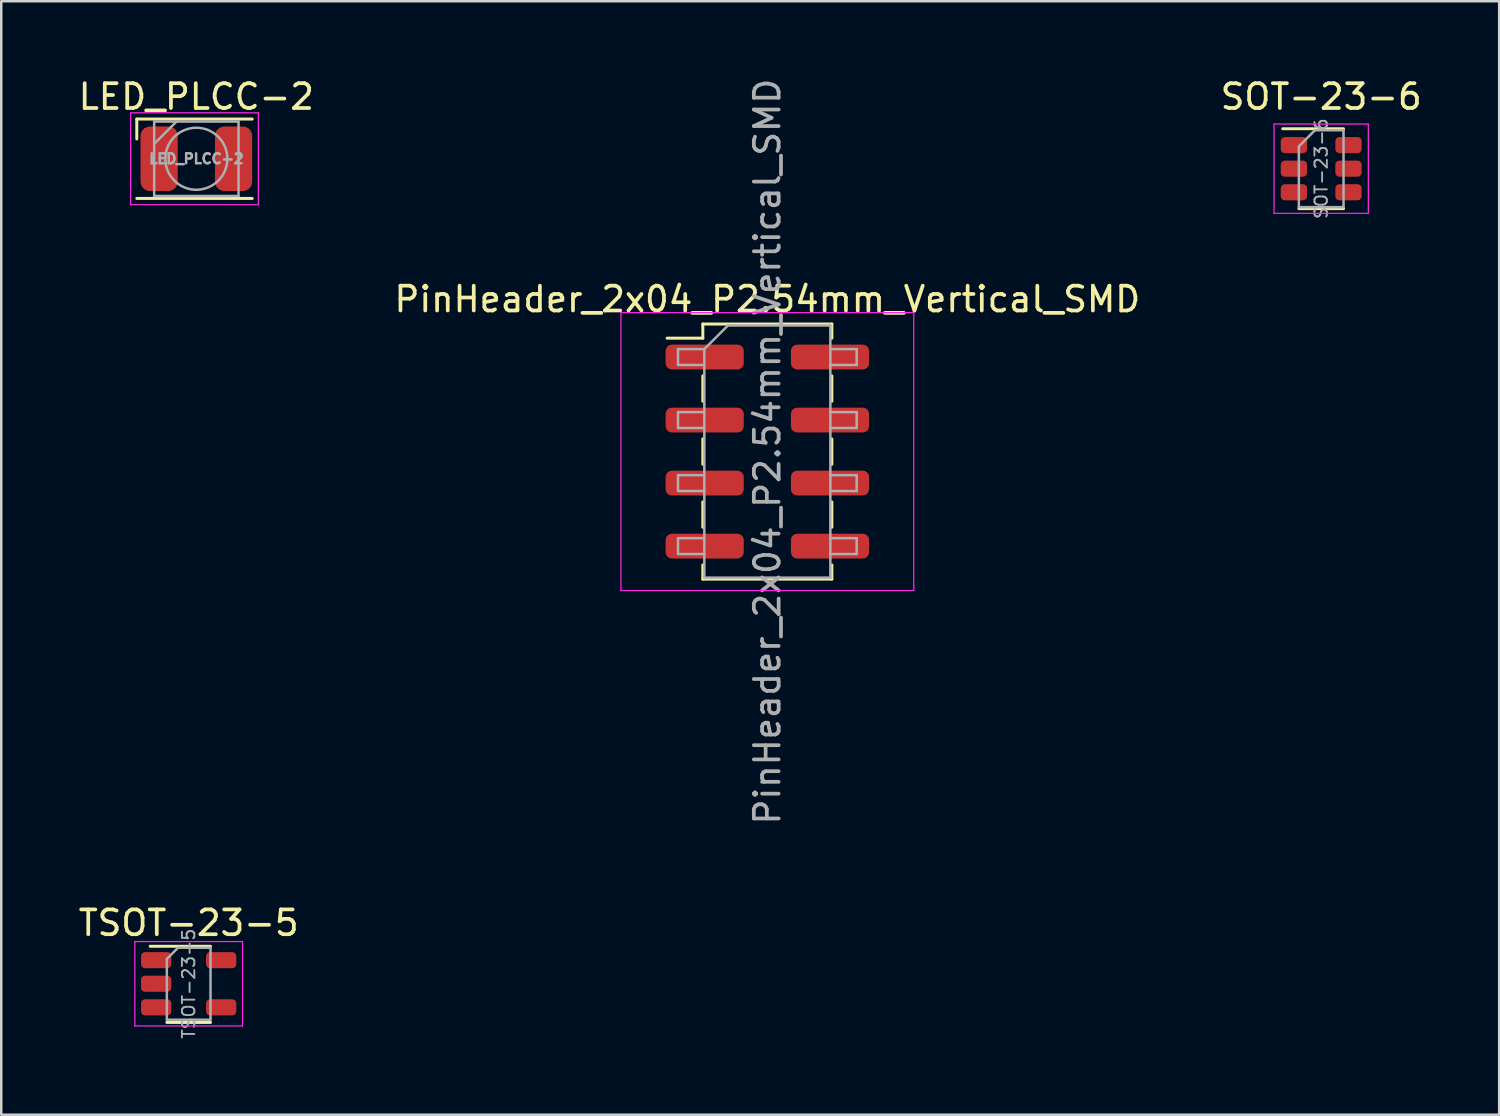
<source format=kicad_pcb>
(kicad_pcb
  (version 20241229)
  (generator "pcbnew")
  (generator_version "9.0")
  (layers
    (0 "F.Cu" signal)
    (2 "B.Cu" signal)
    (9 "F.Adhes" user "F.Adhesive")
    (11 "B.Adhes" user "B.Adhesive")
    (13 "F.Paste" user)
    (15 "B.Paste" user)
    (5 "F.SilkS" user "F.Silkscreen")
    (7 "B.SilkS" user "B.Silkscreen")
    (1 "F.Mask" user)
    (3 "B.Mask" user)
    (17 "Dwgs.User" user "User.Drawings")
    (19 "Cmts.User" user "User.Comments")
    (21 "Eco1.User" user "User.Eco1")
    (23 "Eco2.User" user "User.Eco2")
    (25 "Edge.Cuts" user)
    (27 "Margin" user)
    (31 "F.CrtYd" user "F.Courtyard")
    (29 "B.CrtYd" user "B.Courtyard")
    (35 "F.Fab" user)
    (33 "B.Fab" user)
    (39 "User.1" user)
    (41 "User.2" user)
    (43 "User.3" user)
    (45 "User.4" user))
  (footprint "TSOT-23-5"
    (layer "F.Cu")
    (at 4.554 36.596)
    (property "Reference" "TSOT-23-5" (at 0 -2.45 0) (layer "F.SilkS") (effects (font (size 1 1) (thickness 0.15))))
    (attr smd)
    (fp_line (start -0.88 1.56) (end 0.88 1.56) (stroke (width 0.12) (type solid)) (layer "F.SilkS"))
    (fp_line (start 0.88 -1.51) (end -1.55 -1.51) (stroke (width 0.12) (type solid)) (layer "F.SilkS"))
    (fp_line (start -2.17 -1.7) (end -2.17 1.7) (stroke (width 0.05) (type solid)) (layer "F.CrtYd"))
    (fp_line (start -2.17 -1.7) (end 2.17 -1.7) (stroke (width 0.05) (type solid)) (layer "F.CrtYd"))
    (fp_line (start 2.17 1.7) (end -2.17 1.7) (stroke (width 0.05) (type solid)) (layer "F.CrtYd"))
    (fp_line (start 2.17 1.7) (end 2.17 -1.7) (stroke (width 0.05) (type solid)) (layer "F.CrtYd"))
    (fp_line (start -0.88 -1) (end -0.88 1.45) (stroke (width 0.1) (type solid)) (layer "F.Fab"))
    (fp_line (start -0.88 -1) (end -0.43 -1.45) (stroke (width 0.1) (type solid)) (layer "F.Fab"))
    (fp_line (start 0.88 -1.45) (end -0.43 -1.45) (stroke (width 0.1) (type solid)) (layer "F.Fab"))
    (fp_line (start 0.88 -1.45) (end 0.88 1.45) (stroke (width 0.1) (type solid)) (layer "F.Fab"))
    (fp_line (start 0.88 1.45) (end -0.88 1.45) (stroke (width 0.1) (type solid)) (layer "F.Fab"))
    (fp_text user "${REFERENCE}" (at 0 0 90) (layer "F.Fab") (effects (font (size 0.5 0.5) (thickness 0.075))))
    (pad "1" smd roundrect (at -1.31 -0.95) (size 1.22 0.65) (layers "F.Cu" "F.Mask" "F.Paste") (roundrect_rratio 0.25))
    (pad "2" smd roundrect (at -1.31 0) (size 1.22 0.65) (layers "F.Cu" "F.Mask" "F.Paste") (roundrect_rratio 0.25))
    (pad "3" smd roundrect (at -1.31 0.95) (size 1.22 0.65) (layers "F.Cu" "F.Mask" "F.Paste") (roundrect_rratio 0.25))
    (pad "4" smd roundrect (at 1.31 0.95) (size 1.22 0.65) (layers "F.Cu" "F.Mask" "F.Paste") (roundrect_rratio 0.25))
    (pad "5" smd roundrect (at 1.31 -0.95) (size 1.22 0.65) (layers "F.Cu" "F.Mask" "F.Paste") (roundrect_rratio 0.25)))
  (footprint "LED_PLCC-2"
    (layer "F.Cu")
    (at 4.863 3.348)
    (property "Reference" "LED_PLCC-2" (at 0 -2.5 0) (layer "F.SilkS") (effects (font (size 1 1) (thickness 0.15))))
    (attr smd)
    (fp_line (start -2.4 -1.6) (end -2.4 -0.8) (stroke (width 0.12) (type solid)) (layer "F.SilkS"))
    (fp_line (start 2.25 -1.6) (end -2.4 -1.6) (stroke (width 0.12) (type solid)) (layer "F.SilkS"))
    (fp_line (start 2.25 1.6) (end -2.4 1.6) (stroke (width 0.12) (type solid)) (layer "F.SilkS"))
    (fp_line (start -2.65 -1.85) (end 2.5 -1.85) (stroke (width 0.05) (type solid)) (layer "F.CrtYd"))
    (fp_line (start -2.65 1.85) (end -2.65 -1.85) (stroke (width 0.05) (type solid)) (layer "F.CrtYd"))
    (fp_line (start 2.5 -1.85) (end 2.5 1.85) (stroke (width 0.05) (type solid)) (layer "F.CrtYd"))
    (fp_line (start 2.5 1.85) (end -2.65 1.85) (stroke (width 0.05) (type solid)) (layer "F.CrtYd"))
    (fp_line (start -1.7 -1.5) (end -1.7 1.5) (stroke (width 0.1) (type solid)) (layer "F.Fab"))
    (fp_line (start -1.7 -0.6) (end -0.8 -1.5) (stroke (width 0.1) (type solid)) (layer "F.Fab"))
    (fp_line (start -1.7 1.5) (end 1.7 1.5) (stroke (width 0.1) (type solid)) (layer "F.Fab"))
    (fp_line (start 1.7 -1.5) (end -1.7 -1.5) (stroke (width 0.1) (type solid)) (layer "F.Fab"))
    (fp_line (start 1.7 1.5) (end 1.7 -1.5) (stroke (width 0.1) (type solid)) (layer "F.Fab"))
    (fp_circle (center 0 0) (end 0 -1.25) (stroke (width 0.1) (type solid)) (fill no) (layer "F.Fab"))
    (fp_text user "${REFERENCE}" (at 0 0 0) (layer "F.Fab") (effects (font (size 0.4 0.4) (thickness 0.1))))
    (pad "1" smd roundrect (at -1.5 0) (size 1.5 2.6) (layers "F.Cu" "F.Mask" "F.Paste") (roundrect_rratio 0.25))
    (pad "2" smd roundrect (at 1.5 0) (size 1.5 2.6) (layers "F.Cu" "F.Mask" "F.Paste") (roundrect_rratio 0.25)))
  (footprint "SOT-23-6"
    (layer "F.Cu")
    (at 50.196 3.748)
    (property "Reference" "SOT-23-6" (at 0 -2.9 0) (layer "F.SilkS") (effects (font (size 1 1) (thickness 0.15))))
    (attr smd)
    (fp_line (start -0.9 1.61) (end 0.9 1.61) (stroke (width 0.12) (type solid)) (layer "F.SilkS"))
    (fp_line (start 0.9 -1.61) (end -1.55 -1.61) (stroke (width 0.12) (type solid)) (layer "F.SilkS"))
    (fp_line (start -1.9 -1.8) (end -1.9 1.8) (stroke (width 0.05) (type solid)) (layer "F.CrtYd"))
    (fp_line (start -1.9 1.8) (end 1.9 1.8) (stroke (width 0.05) (type solid)) (layer "F.CrtYd"))
    (fp_line (start 1.9 -1.8) (end -1.9 -1.8) (stroke (width 0.05) (type solid)) (layer "F.CrtYd"))
    (fp_line (start 1.9 1.8) (end 1.9 -1.8) (stroke (width 0.05) (type solid)) (layer "F.CrtYd"))
    (fp_line (start -0.9 -0.9) (end -0.9 1.55) (stroke (width 0.1) (type solid)) (layer "F.Fab"))
    (fp_line (start -0.9 -0.9) (end -0.25 -1.55) (stroke (width 0.1) (type solid)) (layer "F.Fab"))
    (fp_line (start 0.9 -1.55) (end -0.25 -1.55) (stroke (width 0.1) (type solid)) (layer "F.Fab"))
    (fp_line (start 0.9 -1.55) (end 0.9 1.55) (stroke (width 0.1) (type solid)) (layer "F.Fab"))
    (fp_line (start 0.9 1.55) (end -0.9 1.55) (stroke (width 0.1) (type solid)) (layer "F.Fab"))
    (fp_text user "${REFERENCE}" (at 0 0 90) (layer "F.Fab") (effects (font (size 0.5 0.5) (thickness 0.075))))
    (pad "1" smd roundrect (at -1.1 -0.95) (size 1.06 0.65) (layers "F.Cu" "F.Mask" "F.Paste") (roundrect_rratio 0.25))
    (pad "2" smd roundrect (at -1.1 0) (size 1.06 0.65) (layers "F.Cu" "F.Mask" "F.Paste") (roundrect_rratio 0.25))
    (pad "3" smd roundrect (at -1.1 0.95) (size 1.06 0.65) (layers "F.Cu" "F.Mask" "F.Paste") (roundrect_rratio 0.25))
    (pad "4" smd roundrect (at 1.1 0.95) (size 1.06 0.65) (layers "F.Cu" "F.Mask" "F.Paste") (roundrect_rratio 0.25))
    (pad "5" smd roundrect (at 1.1 0) (size 1.06 0.65) (layers "F.Cu" "F.Mask" "F.Paste") (roundrect_rratio 0.25))
    (pad "6" smd roundrect (at 1.1 -0.95) (size 1.06 0.65) (layers "F.Cu" "F.Mask" "F.Paste") (roundrect_rratio 0.25)))
  (footprint "PinHeader_2x04_P2.54mm_Vertical_SMD"
    (layer "F.Cu")
    (at 27.875 15.149)
    (property "Reference" "PinHeader_2x04_P2.54mm_Vertical_SMD" (at 0 -6.14 0) (layer "F.SilkS") (effects (font (size 1 1) (thickness 0.15))))
    (attr smd)
    (fp_line (start -4.04 -4.57) (end -2.6 -4.57) (stroke (width 0.12) (type solid)) (layer "F.SilkS"))
    (fp_line (start -2.6 -5.14) (end -2.6 -4.57) (stroke (width 0.12) (type solid)) (layer "F.SilkS"))
    (fp_line (start -2.6 -5.14) (end 2.6 -5.14) (stroke (width 0.12) (type solid)) (layer "F.SilkS"))
    (fp_line (start -2.6 -3.05) (end -2.6 -2.03) (stroke (width 0.12) (type solid)) (layer "F.SilkS"))
    (fp_line (start -2.6 -0.51) (end -2.6 0.51) (stroke (width 0.12) (type solid)) (layer "F.SilkS"))
    (fp_line (start -2.6 2.03) (end -2.6 3.05) (stroke (width 0.12) (type solid)) (layer "F.SilkS"))
    (fp_line (start -2.6 4.57) (end -2.6 5.14) (stroke (width 0.12) (type solid)) (layer "F.SilkS"))
    (fp_line (start -2.6 5.14) (end 2.6 5.14) (stroke (width 0.12) (type solid)) (layer "F.SilkS"))
    (fp_line (start 2.6 -5.14) (end 2.6 -4.57) (stroke (width 0.12) (type solid)) (layer "F.SilkS"))
    (fp_line (start 2.6 -3.05) (end 2.6 -2.03) (stroke (width 0.12) (type solid)) (layer "F.SilkS"))
    (fp_line (start 2.6 -0.51) (end 2.6 0.51) (stroke (width 0.12) (type solid)) (layer "F.SilkS"))
    (fp_line (start 2.6 2.03) (end 2.6 3.05) (stroke (width 0.12) (type solid)) (layer "F.SilkS"))
    (fp_line (start 2.6 4.57) (end 2.6 5.14) (stroke (width 0.12) (type solid)) (layer "F.SilkS"))
    (fp_line (start -5.9 -5.6) (end -5.9 5.6) (stroke (width 0.05) (type solid)) (layer "F.CrtYd"))
    (fp_line (start -5.9 5.6) (end 5.9 5.6) (stroke (width 0.05) (type solid)) (layer "F.CrtYd"))
    (fp_line (start 5.9 -5.6) (end -5.9 -5.6) (stroke (width 0.05) (type solid)) (layer "F.CrtYd"))
    (fp_line (start 5.9 5.6) (end 5.9 -5.6) (stroke (width 0.05) (type solid)) (layer "F.CrtYd"))
    (fp_line (start -3.6 -4.13) (end -3.6 -3.49) (stroke (width 0.1) (type solid)) (layer "F.Fab"))
    (fp_line (start -3.6 -3.49) (end -2.54 -3.49) (stroke (width 0.1) (type solid)) (layer "F.Fab"))
    (fp_line (start -3.6 -1.59) (end -3.6 -0.95) (stroke (width 0.1) (type solid)) (layer "F.Fab"))
    (fp_line (start -3.6 -0.95) (end -2.54 -0.95) (stroke (width 0.1) (type solid)) (layer "F.Fab"))
    (fp_line (start -3.6 0.95) (end -3.6 1.59) (stroke (width 0.1) (type solid)) (layer "F.Fab"))
    (fp_line (start -3.6 1.59) (end -2.54 1.59) (stroke (width 0.1) (type solid)) (layer "F.Fab"))
    (fp_line (start -3.6 3.49) (end -3.6 4.13) (stroke (width 0.1) (type solid)) (layer "F.Fab"))
    (fp_line (start -3.6 4.13) (end -2.54 4.13) (stroke (width 0.1) (type solid)) (layer "F.Fab"))
    (fp_line (start -2.54 -4.13) (end -3.6 -4.13) (stroke (width 0.1) (type solid)) (layer "F.Fab"))
    (fp_line (start -2.54 -4.13) (end -1.59 -5.08) (stroke (width 0.1) (type solid)) (layer "F.Fab"))
    (fp_line (start -2.54 -1.59) (end -3.6 -1.59) (stroke (width 0.1) (type solid)) (layer "F.Fab"))
    (fp_line (start -2.54 0.95) (end -3.6 0.95) (stroke (width 0.1) (type solid)) (layer "F.Fab"))
    (fp_line (start -2.54 3.49) (end -3.6 3.49) (stroke (width 0.1) (type solid)) (layer "F.Fab"))
    (fp_line (start -2.54 5.08) (end -2.54 -4.13) (stroke (width 0.1) (type solid)) (layer "F.Fab"))
    (fp_line (start -1.59 -5.08) (end 2.54 -5.08) (stroke (width 0.1) (type solid)) (layer "F.Fab"))
    (fp_line (start 2.54 -5.08) (end 2.54 5.08) (stroke (width 0.1) (type solid)) (layer "F.Fab"))
    (fp_line (start 2.54 -4.13) (end 3.6 -4.13) (stroke (width 0.1) (type solid)) (layer "F.Fab"))
    (fp_line (start 2.54 -1.59) (end 3.6 -1.59) (stroke (width 0.1) (type solid)) (layer "F.Fab"))
    (fp_line (start 2.54 0.95) (end 3.6 0.95) (stroke (width 0.1) (type solid)) (layer "F.Fab"))
    (fp_line (start 2.54 3.49) (end 3.6 3.49) (stroke (width 0.1) (type solid)) (layer "F.Fab"))
    (fp_line (start 2.54 5.08) (end -2.54 5.08) (stroke (width 0.1) (type solid)) (layer "F.Fab"))
    (fp_line (start 3.6 -4.13) (end 3.6 -3.49) (stroke (width 0.1) (type solid)) (layer "F.Fab"))
    (fp_line (start 3.6 -3.49) (end 2.54 -3.49) (stroke (width 0.1) (type solid)) (layer "F.Fab"))
    (fp_line (start 3.6 -1.59) (end 3.6 -0.95) (stroke (width 0.1) (type solid)) (layer "F.Fab"))
    (fp_line (start 3.6 -0.95) (end 2.54 -0.95) (stroke (width 0.1) (type solid)) (layer "F.Fab"))
    (fp_line (start 3.6 0.95) (end 3.6 1.59) (stroke (width 0.1) (type solid)) (layer "F.Fab"))
    (fp_line (start 3.6 1.59) (end 2.54 1.59) (stroke (width 0.1) (type solid)) (layer "F.Fab"))
    (fp_line (start 3.6 3.49) (end 3.6 4.13) (stroke (width 0.1) (type solid)) (layer "F.Fab"))
    (fp_line (start 3.6 4.13) (end 2.54 4.13) (stroke (width 0.1) (type solid)) (layer "F.Fab"))
    (fp_text user "${REFERENCE}" (at 0 0 90) (layer "F.Fab") (effects (font (size 1 1) (thickness 0.15))))
    (pad "1" smd roundrect (at -2.525 -3.81) (size 3.15 1) (layers "F.Cu" "F.Mask" "F.Paste") (roundrect_rratio 0.25))
    (pad "2" smd roundrect (at 2.525 -3.81) (size 3.15 1) (layers "F.Cu" "F.Mask" "F.Paste") (roundrect_rratio 0.25))
    (pad "3" smd roundrect (at -2.525 -1.27) (size 3.15 1) (layers "F.Cu" "F.Mask" "F.Paste") (roundrect_rratio 0.25))
    (pad "4" smd roundrect (at 2.525 -1.27) (size 3.15 1) (layers "F.Cu" "F.Mask" "F.Paste") (roundrect_rratio 0.25))
    (pad "5" smd roundrect (at -2.525 1.27) (size 3.15 1) (layers "F.Cu" "F.Mask" "F.Paste") (roundrect_rratio 0.25))
    (pad "6" smd roundrect (at 2.525 1.27) (size 3.15 1) (layers "F.Cu" "F.Mask" "F.Paste") (roundrect_rratio 0.25))
    (pad "7" smd roundrect (at -2.525 3.81) (size 3.15 1) (layers "F.Cu" "F.Mask" "F.Paste") (roundrect_rratio 0.25))
    (pad "8" smd roundrect (at 2.525 3.81) (size 3.15 1) (layers "F.Cu" "F.Mask" "F.Paste") (roundrect_rratio 0.25)))
  (gr_rect
    (start -3 -3)
    (end 57.369 41.873)
    (stroke (width 0.1) (type default))
    (fill no)
    (layer "Edge.Cuts")))
</source>
